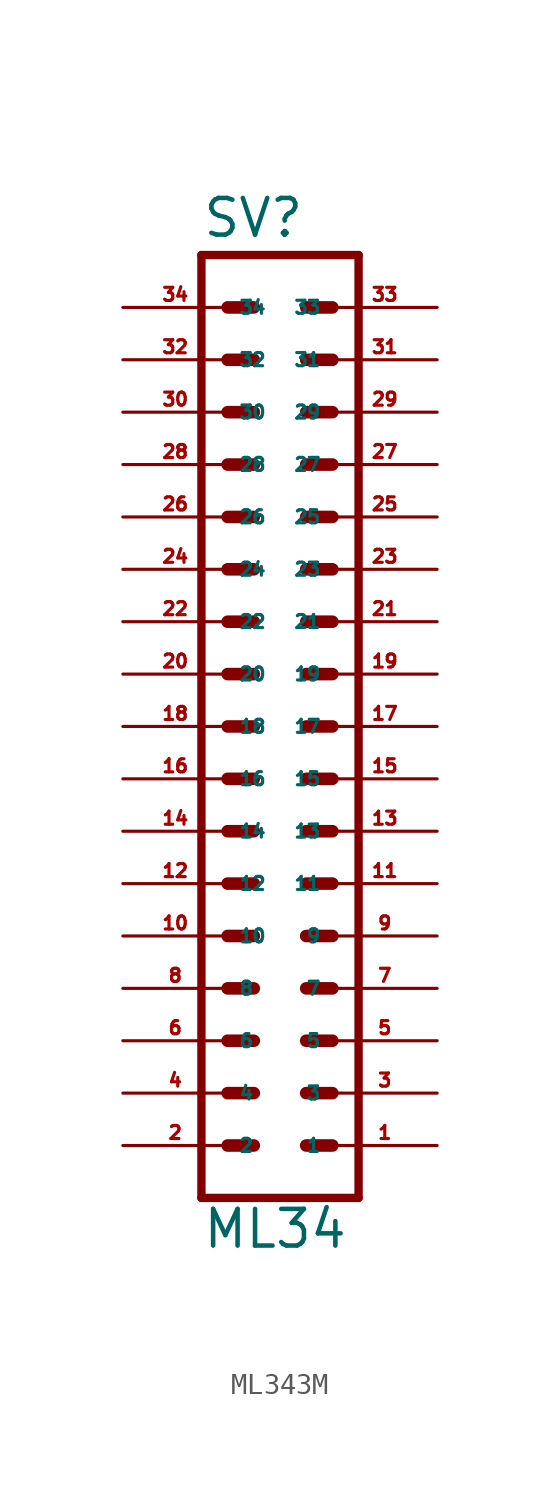
<source format=kicad_sym>
(kicad_symbol_lib
  (version 20220914)
  (generator Eagle2Kicad)
  (symbol "ML343M"
    (property "Reference" "SV"
      (at -3.81 23.622 0)
      (effects (font (size 1.778 1.778) (thickness 0.22)) (justify left bottom)))
    (property "Value" "ML34"
      (at -3.81 -25.4 0)
      (effects (font (size 1.778 1.778) (thickness 0.22)) (justify left bottom)))
    (polyline
      (pts (xy 3.81 -22.86) (xy -3.81 -22.86))
      (stroke (width 0.406) (type default))
      (fill (type none)))
    (polyline
      (pts (xy -3.81 22.86) (xy -3.81 -22.86))
      (stroke (width 0.406) (type default))
      (fill (type none)))
    (polyline
      (pts (xy -3.81 22.86) (xy 3.81 22.86))
      (stroke (width 0.406) (type default))
      (fill (type none)))
    (polyline
      (pts (xy 3.81 -22.86) (xy 3.81 22.86))
      (stroke (width 0.406) (type default))
      (fill (type none)))
    (polyline
      (pts (xy 1.27 -10.16) (xy 2.54 -10.16))
      (stroke (width 0.61) (type default))
      (fill (type none)))
    (polyline
      (pts (xy 1.27 -12.7) (xy 2.54 -12.7))
      (stroke (width 0.61) (type default))
      (fill (type none)))
    (polyline
      (pts (xy 1.27 -15.24) (xy 2.54 -15.24))
      (stroke (width 0.61) (type default))
      (fill (type none)))
    (polyline
      (pts (xy 1.27 -17.78) (xy 2.54 -17.78))
      (stroke (width 0.61) (type default))
      (fill (type none)))
    (polyline
      (pts (xy 1.27 -20.32) (xy 2.54 -20.32))
      (stroke (width 0.61) (type default))
      (fill (type none)))
    (polyline
      (pts (xy -2.54 -10.16) (xy -1.27 -10.16))
      (stroke (width 0.61) (type default))
      (fill (type none)))
    (polyline
      (pts (xy -2.54 -12.7) (xy -1.27 -12.7))
      (stroke (width 0.61) (type default))
      (fill (type none)))
    (polyline
      (pts (xy -2.54 -15.24) (xy -1.27 -15.24))
      (stroke (width 0.61) (type default))
      (fill (type none)))
    (polyline
      (pts (xy -2.54 -17.78) (xy -1.27 -17.78))
      (stroke (width 0.61) (type default))
      (fill (type none)))
    (polyline
      (pts (xy -2.54 -20.32) (xy -1.27 -20.32))
      (stroke (width 0.61) (type default))
      (fill (type none)))
    (polyline
      (pts (xy 1.27 -7.62) (xy 2.54 -7.62))
      (stroke (width 0.61) (type default))
      (fill (type none)))
    (polyline
      (pts (xy 1.27 -5.08) (xy 2.54 -5.08))
      (stroke (width 0.61) (type default))
      (fill (type none)))
    (polyline
      (pts (xy 1.27 -2.54) (xy 2.54 -2.54))
      (stroke (width 0.61) (type default))
      (fill (type none)))
    (polyline
      (pts (xy 1.27 0) (xy 2.54 0))
      (stroke (width 0.61) (type default))
      (fill (type none)))
    (polyline
      (pts (xy 1.27 2.54) (xy 2.54 2.54))
      (stroke (width 0.61) (type default))
      (fill (type none)))
    (polyline
      (pts (xy -2.54 -7.62) (xy -1.27 -7.62))
      (stroke (width 0.61) (type default))
      (fill (type none)))
    (polyline
      (pts (xy -2.54 -5.08) (xy -1.27 -5.08))
      (stroke (width 0.61) (type default))
      (fill (type none)))
    (polyline
      (pts (xy -2.54 -2.54) (xy -1.27 -2.54))
      (stroke (width 0.61) (type default))
      (fill (type none)))
    (polyline
      (pts (xy -2.54 0) (xy -1.27 0))
      (stroke (width 0.61) (type default))
      (fill (type none)))
    (polyline
      (pts (xy -2.54 2.54) (xy -1.27 2.54))
      (stroke (width 0.61) (type default))
      (fill (type none)))
    (polyline
      (pts (xy 1.27 5.08) (xy 2.54 5.08))
      (stroke (width 0.61) (type default))
      (fill (type none)))
    (polyline
      (pts (xy 1.27 7.62) (xy 2.54 7.62))
      (stroke (width 0.61) (type default))
      (fill (type none)))
    (polyline
      (pts (xy 1.27 10.16) (xy 2.54 10.16))
      (stroke (width 0.61) (type default))
      (fill (type none)))
    (polyline
      (pts (xy -2.54 5.08) (xy -1.27 5.08))
      (stroke (width 0.61) (type default))
      (fill (type none)))
    (polyline
      (pts (xy -2.54 7.62) (xy -1.27 7.62))
      (stroke (width 0.61) (type default))
      (fill (type none)))
    (polyline
      (pts (xy -2.54 10.16) (xy -1.27 10.16))
      (stroke (width 0.61) (type default))
      (fill (type none)))
    (polyline
      (pts (xy 1.27 12.7) (xy 2.54 12.7))
      (stroke (width 0.61) (type default))
      (fill (type none)))
    (polyline
      (pts (xy 1.27 15.24) (xy 2.54 15.24))
      (stroke (width 0.61) (type default))
      (fill (type none)))
    (polyline
      (pts (xy 1.27 17.78) (xy 2.54 17.78))
      (stroke (width 0.61) (type default))
      (fill (type none)))
    (polyline
      (pts (xy 1.27 20.32) (xy 2.54 20.32))
      (stroke (width 0.61) (type default))
      (fill (type none)))
    (polyline
      (pts (xy -2.54 12.7) (xy -1.27 12.7))
      (stroke (width 0.61) (type default))
      (fill (type none)))
    (polyline
      (pts (xy -2.54 15.24) (xy -1.27 15.24))
      (stroke (width 0.61) (type default))
      (fill (type none)))
    (polyline
      (pts (xy -2.54 17.78) (xy -1.27 17.78))
      (stroke (width 0.61) (type default))
      (fill (type none)))
    (polyline
      (pts (xy -2.54 20.32) (xy -1.27 20.32))
      (stroke (width 0.61) (type default))
      (fill (type none)))
    (pin passive line
      (at 7.62 -20.32 180)
      (length 5.08)
      (name "1" (effects (font (size 0.635 0.635) (thickness 0.08)) (justify left bottom)))
      (number "1" (effects (font (size 0.635 0.635) (thickness 0.08)) (justify left bottom))))
    (pin passive line
      (at 7.62 -17.78 180)
      (length 5.08)
      (name "3" (effects (font (size 0.635 0.635) (thickness 0.08)) (justify left bottom)))
      (number "3" (effects (font (size 0.635 0.635) (thickness 0.08)) (justify left bottom))))
    (pin passive line
      (at 7.62 -15.24 180)
      (length 5.08)
      (name "5" (effects (font (size 0.635 0.635) (thickness 0.08)) (justify left bottom)))
      (number "5" (effects (font (size 0.635 0.635) (thickness 0.08)) (justify left bottom))))
    (pin passive line
      (at 7.62 -12.7 180)
      (length 5.08)
      (name "7" (effects (font (size 0.635 0.635) (thickness 0.08)) (justify left bottom)))
      (number "7" (effects (font (size 0.635 0.635) (thickness 0.08)) (justify left bottom))))
    (pin passive line
      (at 7.62 -10.16 180)
      (length 5.08)
      (name "9" (effects (font (size 0.635 0.635) (thickness 0.08)) (justify left bottom)))
      (number "9" (effects (font (size 0.635 0.635) (thickness 0.08)) (justify left bottom))))
    (pin passive line
      (at 7.62 -7.62 180)
      (length 5.08)
      (name "11" (effects (font (size 0.635 0.635) (thickness 0.08)) (justify left bottom)))
      (number "11" (effects (font (size 0.635 0.635) (thickness 0.08)) (justify left bottom))))
    (pin passive line
      (at 7.62 -5.08 180)
      (length 5.08)
      (name "13" (effects (font (size 0.635 0.635) (thickness 0.08)) (justify left bottom)))
      (number "13" (effects (font (size 0.635 0.635) (thickness 0.08)) (justify left bottom))))
    (pin passive line
      (at 7.62 -2.54 180)
      (length 5.08)
      (name "15" (effects (font (size 0.635 0.635) (thickness 0.08)) (justify left bottom)))
      (number "15" (effects (font (size 0.635 0.635) (thickness 0.08)) (justify left bottom))))
    (pin passive line
      (at 7.62 0 180)
      (length 5.08)
      (name "17" (effects (font (size 0.635 0.635) (thickness 0.08)) (justify left bottom)))
      (number "17" (effects (font (size 0.635 0.635) (thickness 0.08)) (justify left bottom))))
    (pin passive line
      (at 7.62 2.54 180)
      (length 5.08)
      (name "19" (effects (font (size 0.635 0.635) (thickness 0.08)) (justify left bottom)))
      (number "19" (effects (font (size 0.635 0.635) (thickness 0.08)) (justify left bottom))))
    (pin passive line
      (at 7.62 5.08 180)
      (length 5.08)
      (name "21" (effects (font (size 0.635 0.635) (thickness 0.08)) (justify left bottom)))
      (number "21" (effects (font (size 0.635 0.635) (thickness 0.08)) (justify left bottom))))
    (pin passive line
      (at 7.62 7.62 180)
      (length 5.08)
      (name "23" (effects (font (size 0.635 0.635) (thickness 0.08)) (justify left bottom)))
      (number "23" (effects (font (size 0.635 0.635) (thickness 0.08)) (justify left bottom))))
    (pin passive line
      (at 7.62 10.16 180)
      (length 5.08)
      (name "25" (effects (font (size 0.635 0.635) (thickness 0.08)) (justify left bottom)))
      (number "25" (effects (font (size 0.635 0.635) (thickness 0.08)) (justify left bottom))))
    (pin passive line
      (at 7.62 12.7 180)
      (length 5.08)
      (name "27" (effects (font (size 0.635 0.635) (thickness 0.08)) (justify left bottom)))
      (number "27" (effects (font (size 0.635 0.635) (thickness 0.08)) (justify left bottom))))
    (pin passive line
      (at 7.62 15.24 180)
      (length 5.08)
      (name "29" (effects (font (size 0.635 0.635) (thickness 0.08)) (justify left bottom)))
      (number "29" (effects (font (size 0.635 0.635) (thickness 0.08)) (justify left bottom))))
    (pin passive line
      (at 7.62 17.78 180)
      (length 5.08)
      (name "31" (effects (font (size 0.635 0.635) (thickness 0.08)) (justify left bottom)))
      (number "31" (effects (font (size 0.635 0.635) (thickness 0.08)) (justify left bottom))))
    (pin passive line
      (at 7.62 20.32 180)
      (length 5.08)
      (name "33" (effects (font (size 0.635 0.635) (thickness 0.08)) (justify left bottom)))
      (number "33" (effects (font (size 0.635 0.635) (thickness 0.08)) (justify left bottom))))
    (pin passive line
      (at -7.62 -20.32 0)
      (length 5.08)
      (name "2" (effects (font (size 0.635 0.635) (thickness 0.08)) (justify left bottom)))
      (number "2" (effects (font (size 0.635 0.635) (thickness 0.08)) (justify left bottom))))
    (pin passive line
      (at -7.62 -17.78 0)
      (length 5.08)
      (name "4" (effects (font (size 0.635 0.635) (thickness 0.08)) (justify left bottom)))
      (number "4" (effects (font (size 0.635 0.635) (thickness 0.08)) (justify left bottom))))
    (pin passive line
      (at -7.62 -15.24 0)
      (length 5.08)
      (name "6" (effects (font (size 0.635 0.635) (thickness 0.08)) (justify left bottom)))
      (number "6" (effects (font (size 0.635 0.635) (thickness 0.08)) (justify left bottom))))
    (pin passive line
      (at -7.62 -12.7 0)
      (length 5.08)
      (name "8" (effects (font (size 0.635 0.635) (thickness 0.08)) (justify left bottom)))
      (number "8" (effects (font (size 0.635 0.635) (thickness 0.08)) (justify left bottom))))
    (pin passive line
      (at -7.62 -10.16 0)
      (length 5.08)
      (name "10" (effects (font (size 0.635 0.635) (thickness 0.08)) (justify left bottom)))
      (number "10" (effects (font (size 0.635 0.635) (thickness 0.08)) (justify left bottom))))
    (pin passive line
      (at -7.62 -7.62 0)
      (length 5.08)
      (name "12" (effects (font (size 0.635 0.635) (thickness 0.08)) (justify left bottom)))
      (number "12" (effects (font (size 0.635 0.635) (thickness 0.08)) (justify left bottom))))
    (pin passive line
      (at -7.62 -5.08 0)
      (length 5.08)
      (name "14" (effects (font (size 0.635 0.635) (thickness 0.08)) (justify left bottom)))
      (number "14" (effects (font (size 0.635 0.635) (thickness 0.08)) (justify left bottom))))
    (pin passive line
      (at -7.62 -2.54 0)
      (length 5.08)
      (name "16" (effects (font (size 0.635 0.635) (thickness 0.08)) (justify left bottom)))
      (number "16" (effects (font (size 0.635 0.635) (thickness 0.08)) (justify left bottom))))
    (pin passive line
      (at -7.62 0 0)
      (length 5.08)
      (name "18" (effects (font (size 0.635 0.635) (thickness 0.08)) (justify left bottom)))
      (number "18" (effects (font (size 0.635 0.635) (thickness 0.08)) (justify left bottom))))
    (pin passive line
      (at -7.62 2.54 0)
      (length 5.08)
      (name "20" (effects (font (size 0.635 0.635) (thickness 0.08)) (justify left bottom)))
      (number "20" (effects (font (size 0.635 0.635) (thickness 0.08)) (justify left bottom))))
    (pin passive line
      (at -7.62 5.08 0)
      (length 5.08)
      (name "22" (effects (font (size 0.635 0.635) (thickness 0.08)) (justify left bottom)))
      (number "22" (effects (font (size 0.635 0.635) (thickness 0.08)) (justify left bottom))))
    (pin passive line
      (at -7.62 7.62 0)
      (length 5.08)
      (name "24" (effects (font (size 0.635 0.635) (thickness 0.08)) (justify left bottom)))
      (number "24" (effects (font (size 0.635 0.635) (thickness 0.08)) (justify left bottom))))
    (pin passive line
      (at -7.62 10.16 0)
      (length 5.08)
      (name "26" (effects (font (size 0.635 0.635) (thickness 0.08)) (justify left bottom)))
      (number "26" (effects (font (size 0.635 0.635) (thickness 0.08)) (justify left bottom))))
    (pin passive line
      (at -7.62 12.7 0)
      (length 5.08)
      (name "28" (effects (font (size 0.635 0.635) (thickness 0.08)) (justify left bottom)))
      (number "28" (effects (font (size 0.635 0.635) (thickness 0.08)) (justify left bottom))))
    (pin passive line
      (at -7.62 15.24 0)
      (length 5.08)
      (name "30" (effects (font (size 0.635 0.635) (thickness 0.08)) (justify left bottom)))
      (number "30" (effects (font (size 0.635 0.635) (thickness 0.08)) (justify left bottom))))
    (pin passive line
      (at -7.62 17.78 0)
      (length 5.08)
      (name "32" (effects (font (size 0.635 0.635) (thickness 0.08)) (justify left bottom)))
      (number "32" (effects (font (size 0.635 0.635) (thickness 0.08)) (justify left bottom))))
    (pin passive line
      (at -7.62 20.32 0)
      (length 5.08)
      (name "34" (effects (font (size 0.635 0.635) (thickness 0.08)) (justify left bottom)))
      (number "34" (effects (font (size 0.635 0.635) (thickness 0.08)) (justify left bottom))))))
</source>
